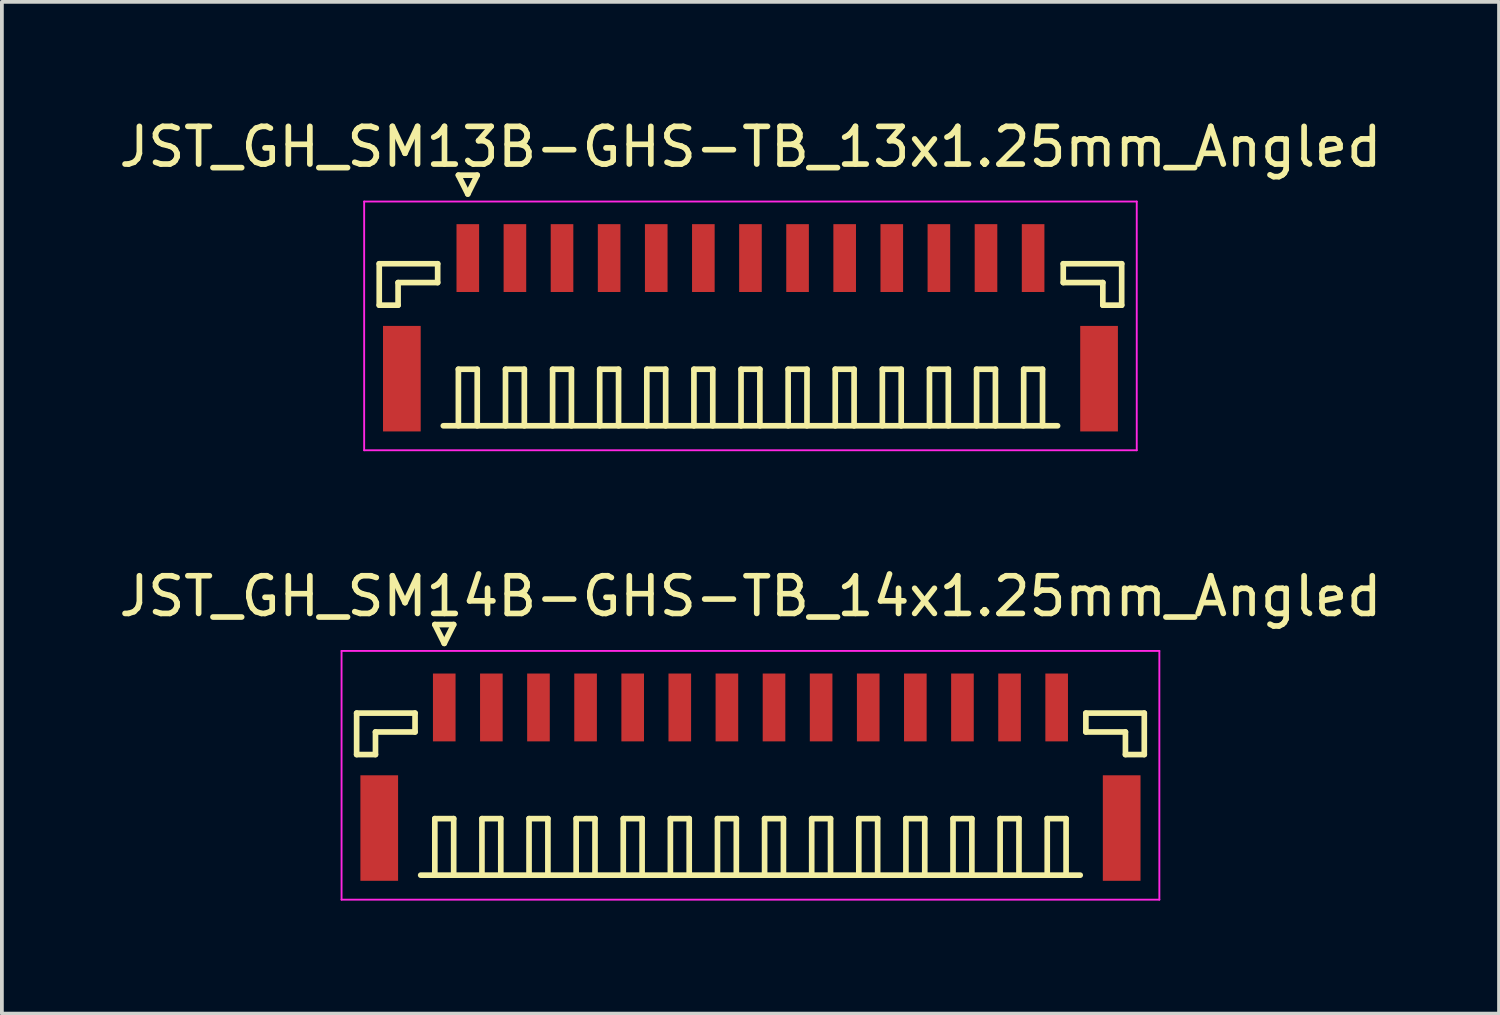
<source format=kicad_pcb>
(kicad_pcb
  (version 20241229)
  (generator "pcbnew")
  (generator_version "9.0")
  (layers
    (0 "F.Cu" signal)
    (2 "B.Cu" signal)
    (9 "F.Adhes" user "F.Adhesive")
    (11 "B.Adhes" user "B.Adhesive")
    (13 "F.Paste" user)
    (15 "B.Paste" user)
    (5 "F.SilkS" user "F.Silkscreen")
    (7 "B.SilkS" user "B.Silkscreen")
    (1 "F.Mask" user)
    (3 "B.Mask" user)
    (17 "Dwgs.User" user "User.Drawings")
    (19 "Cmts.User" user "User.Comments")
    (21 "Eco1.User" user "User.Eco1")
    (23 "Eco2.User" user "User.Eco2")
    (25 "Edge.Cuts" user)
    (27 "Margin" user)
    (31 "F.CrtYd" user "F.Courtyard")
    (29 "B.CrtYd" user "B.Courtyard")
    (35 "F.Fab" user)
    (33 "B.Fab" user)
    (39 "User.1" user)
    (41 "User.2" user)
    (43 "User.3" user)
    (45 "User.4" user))
  (footprint "JST_GH_SM13B-GHS-TB_13x1.25mm_Angled"
    (layer "F.Cu")
    (at 16.863 5.398)
    (property "Reference" "JST_GH_SM13B-GHS-TB_13x1.25mm_Angled" (at 0 -4.55 0) (layer "F.SilkS") (effects (font (size 1 1) (thickness 0.15))))
    (attr smd)
    (fp_line (start -9.85 -1.45) (end -8.3 -1.45) (stroke (width 0.15) (type solid)) (layer "F.SilkS"))
    (fp_line (start -9.85 -0.35) (end -9.85 -1.45) (stroke (width 0.15) (type solid)) (layer "F.SilkS"))
    (fp_line (start -9.35 -0.95) (end -9.35 -0.35) (stroke (width 0.15) (type solid)) (layer "F.SilkS"))
    (fp_line (start -9.35 -0.35) (end -9.85 -0.35) (stroke (width 0.15) (type solid)) (layer "F.SilkS"))
    (fp_line (start -8.3 -1.45) (end -8.3 -0.95) (stroke (width 0.15) (type solid)) (layer "F.SilkS"))
    (fp_line (start -8.3 -0.95) (end -9.35 -0.95) (stroke (width 0.15) (type solid)) (layer "F.SilkS"))
    (fp_line (start -8.15 2.85) (end 8.15 2.85) (stroke (width 0.15) (type solid)) (layer "F.SilkS"))
    (fp_line (start -7.75 -3.8) (end -7.25 -3.8) (stroke (width 0.15) (type solid)) (layer "F.SilkS"))
    (fp_line (start -7.75 1.35) (end -7.25 1.35) (stroke (width 0.15) (type solid)) (layer "F.SilkS"))
    (fp_line (start -7.75 2.85) (end -7.75 1.35) (stroke (width 0.15) (type solid)) (layer "F.SilkS"))
    (fp_line (start -7.5 -3.3) (end -7.75 -3.8) (stroke (width 0.15) (type solid)) (layer "F.SilkS"))
    (fp_line (start -7.25 -3.8) (end -7.5 -3.3) (stroke (width 0.15) (type solid)) (layer "F.SilkS"))
    (fp_line (start -7.25 1.35) (end -7.25 2.85) (stroke (width 0.15) (type solid)) (layer "F.SilkS"))
    (fp_line (start -6.5 1.35) (end -6 1.35) (stroke (width 0.15) (type solid)) (layer "F.SilkS"))
    (fp_line (start -6.5 2.85) (end -6.5 1.35) (stroke (width 0.15) (type solid)) (layer "F.SilkS"))
    (fp_line (start -6 1.35) (end -6 2.85) (stroke (width 0.15) (type solid)) (layer "F.SilkS"))
    (fp_line (start -5.25 1.35) (end -4.75 1.35) (stroke (width 0.15) (type solid)) (layer "F.SilkS"))
    (fp_line (start -5.25 2.85) (end -5.25 1.35) (stroke (width 0.15) (type solid)) (layer "F.SilkS"))
    (fp_line (start -4.75 1.35) (end -4.75 2.85) (stroke (width 0.15) (type solid)) (layer "F.SilkS"))
    (fp_line (start -4 1.35) (end -3.5 1.35) (stroke (width 0.15) (type solid)) (layer "F.SilkS"))
    (fp_line (start -4 2.85) (end -4 1.35) (stroke (width 0.15) (type solid)) (layer "F.SilkS"))
    (fp_line (start -3.5 1.35) (end -3.5 2.85) (stroke (width 0.15) (type solid)) (layer "F.SilkS"))
    (fp_line (start -2.75 1.35) (end -2.25 1.35) (stroke (width 0.15) (type solid)) (layer "F.SilkS"))
    (fp_line (start -2.75 2.85) (end -2.75 1.35) (stroke (width 0.15) (type solid)) (layer "F.SilkS"))
    (fp_line (start -2.25 1.35) (end -2.25 2.85) (stroke (width 0.15) (type solid)) (layer "F.SilkS"))
    (fp_line (start -1.5 1.35) (end -1 1.35) (stroke (width 0.15) (type solid)) (layer "F.SilkS"))
    (fp_line (start -1.5 2.85) (end -1.5 1.35) (stroke (width 0.15) (type solid)) (layer "F.SilkS"))
    (fp_line (start -1 1.35) (end -1 2.85) (stroke (width 0.15) (type solid)) (layer "F.SilkS"))
    (fp_line (start -0.25 1.35) (end 0.25 1.35) (stroke (width 0.15) (type solid)) (layer "F.SilkS"))
    (fp_line (start -0.25 2.85) (end -0.25 1.35) (stroke (width 0.15) (type solid)) (layer "F.SilkS"))
    (fp_line (start 0.25 1.35) (end 0.25 2.85) (stroke (width 0.15) (type solid)) (layer "F.SilkS"))
    (fp_line (start 1 1.35) (end 1.5 1.35) (stroke (width 0.15) (type solid)) (layer "F.SilkS"))
    (fp_line (start 1 2.85) (end 1 1.35) (stroke (width 0.15) (type solid)) (layer "F.SilkS"))
    (fp_line (start 1.5 1.35) (end 1.5 2.85) (stroke (width 0.15) (type solid)) (layer "F.SilkS"))
    (fp_line (start 2.25 1.35) (end 2.75 1.35) (stroke (width 0.15) (type solid)) (layer "F.SilkS"))
    (fp_line (start 2.25 2.85) (end 2.25 1.35) (stroke (width 0.15) (type solid)) (layer "F.SilkS"))
    (fp_line (start 2.75 1.35) (end 2.75 2.85) (stroke (width 0.15) (type solid)) (layer "F.SilkS"))
    (fp_line (start 3.5 1.35) (end 4 1.35) (stroke (width 0.15) (type solid)) (layer "F.SilkS"))
    (fp_line (start 3.5 2.85) (end 3.5 1.35) (stroke (width 0.15) (type solid)) (layer "F.SilkS"))
    (fp_line (start 4 1.35) (end 4 2.85) (stroke (width 0.15) (type solid)) (layer "F.SilkS"))
    (fp_line (start 4.75 1.35) (end 5.25 1.35) (stroke (width 0.15) (type solid)) (layer "F.SilkS"))
    (fp_line (start 4.75 2.85) (end 4.75 1.35) (stroke (width 0.15) (type solid)) (layer "F.SilkS"))
    (fp_line (start 5.25 1.35) (end 5.25 2.85) (stroke (width 0.15) (type solid)) (layer "F.SilkS"))
    (fp_line (start 6 1.35) (end 6.5 1.35) (stroke (width 0.15) (type solid)) (layer "F.SilkS"))
    (fp_line (start 6 2.85) (end 6 1.35) (stroke (width 0.15) (type solid)) (layer "F.SilkS"))
    (fp_line (start 6.5 1.35) (end 6.5 2.85) (stroke (width 0.15) (type solid)) (layer "F.SilkS"))
    (fp_line (start 7.25 1.35) (end 7.75 1.35) (stroke (width 0.15) (type solid)) (layer "F.SilkS"))
    (fp_line (start 7.25 2.85) (end 7.25 1.35) (stroke (width 0.15) (type solid)) (layer "F.SilkS"))
    (fp_line (start 7.75 1.35) (end 7.75 2.85) (stroke (width 0.15) (type solid)) (layer "F.SilkS"))
    (fp_line (start 8.3 -1.45) (end 8.3 -0.95) (stroke (width 0.15) (type solid)) (layer "F.SilkS"))
    (fp_line (start 8.3 -0.95) (end 9.35 -0.95) (stroke (width 0.15) (type solid)) (layer "F.SilkS"))
    (fp_line (start 9.35 -0.95) (end 9.35 -0.35) (stroke (width 0.15) (type solid)) (layer "F.SilkS"))
    (fp_line (start 9.35 -0.35) (end 9.85 -0.35) (stroke (width 0.15) (type solid)) (layer "F.SilkS"))
    (fp_line (start 9.85 -1.45) (end 8.3 -1.45) (stroke (width 0.15) (type solid)) (layer "F.SilkS"))
    (fp_line (start 9.85 -0.35) (end 9.85 -1.45) (stroke (width 0.15) (type solid)) (layer "F.SilkS"))
    (fp_line (start -10.25 -3.1) (end -10.25 3.5) (stroke (width 0.05) (type solid)) (layer "F.CrtYd"))
    (fp_line (start -10.25 3.5) (end 10.25 3.5) (stroke (width 0.05) (type solid)) (layer "F.CrtYd"))
    (fp_line (start 10.25 -3.1) (end -10.25 -3.1) (stroke (width 0.05) (type solid)) (layer "F.CrtYd"))
    (fp_line (start 10.25 3.5) (end 10.25 -3.1) (stroke (width 0.05) (type solid)) (layer "F.CrtYd"))
    (pad "" smd rect (at -9.25 1.6) (size 1 2.8) (layers "F.Cu" "F.Mask" "F.Paste"))
    (pad "" smd rect (at 9.25 1.6) (size 1 2.8) (layers "F.Cu" "F.Mask" "F.Paste"))
    (pad "1" smd rect (at -7.5 -1.6) (size 0.6 1.8) (layers "F.Cu" "F.Mask" "F.Paste"))
    (pad "2" smd rect (at -6.25 -1.6) (size 0.6 1.8) (layers "F.Cu" "F.Mask" "F.Paste"))
    (pad "3" smd rect (at -5 -1.6) (size 0.6 1.8) (layers "F.Cu" "F.Mask" "F.Paste"))
    (pad "4" smd rect (at -3.75 -1.6) (size 0.6 1.8) (layers "F.Cu" "F.Mask" "F.Paste"))
    (pad "5" smd rect (at -2.5 -1.6) (size 0.6 1.8) (layers "F.Cu" "F.Mask" "F.Paste"))
    (pad "6" smd rect (at -1.25 -1.6) (size 0.6 1.8) (layers "F.Cu" "F.Mask" "F.Paste"))
    (pad "7" smd rect (at 0 -1.6) (size 0.6 1.8) (layers "F.Cu" "F.Mask" "F.Paste"))
    (pad "8" smd rect (at 1.25 -1.6) (size 0.6 1.8) (layers "F.Cu" "F.Mask" "F.Paste"))
    (pad "9" smd rect (at 2.5 -1.6) (size 0.6 1.8) (layers "F.Cu" "F.Mask" "F.Paste"))
    (pad "10" smd rect (at 3.75 -1.6) (size 0.6 1.8) (layers "F.Cu" "F.Mask" "F.Paste"))
    (pad "11" smd rect (at 5 -1.6) (size 0.6 1.8) (layers "F.Cu" "F.Mask" "F.Paste"))
    (pad "12" smd rect (at 6.25 -1.6) (size 0.6 1.8) (layers "F.Cu" "F.Mask" "F.Paste"))
    (pad "13" smd rect (at 7.5 -1.6) (size 0.6 1.8) (layers "F.Cu" "F.Mask" "F.Paste")))
  (footprint "JST_GH_SM14B-GHS-TB_14x1.25mm_Angled"
    (layer "F.Cu")
    (at 16.863 17.322)
    (property "Reference" "JST_GH_SM14B-GHS-TB_14x1.25mm_Angled" (at 0 -4.55 0) (layer "F.SilkS") (effects (font (size 1 1) (thickness 0.15))))
    (attr smd)
    (fp_line (start -10.45 -1.45) (end -8.9 -1.45) (stroke (width 0.15) (type solid)) (layer "F.SilkS"))
    (fp_line (start -10.45 -0.35) (end -10.45 -1.45) (stroke (width 0.15) (type solid)) (layer "F.SilkS"))
    (fp_line (start -9.95 -0.95) (end -9.95 -0.35) (stroke (width 0.15) (type solid)) (layer "F.SilkS"))
    (fp_line (start -9.95 -0.35) (end -10.45 -0.35) (stroke (width 0.15) (type solid)) (layer "F.SilkS"))
    (fp_line (start -8.9 -1.45) (end -8.9 -0.95) (stroke (width 0.15) (type solid)) (layer "F.SilkS"))
    (fp_line (start -8.9 -0.95) (end -9.95 -0.95) (stroke (width 0.15) (type solid)) (layer "F.SilkS"))
    (fp_line (start -8.75 2.85) (end 8.75 2.85) (stroke (width 0.15) (type solid)) (layer "F.SilkS"))
    (fp_line (start -8.375 -3.8) (end -7.875 -3.8) (stroke (width 0.15) (type solid)) (layer "F.SilkS"))
    (fp_line (start -8.375 1.35) (end -7.875 1.35) (stroke (width 0.15) (type solid)) (layer "F.SilkS"))
    (fp_line (start -8.375 2.85) (end -8.375 1.35) (stroke (width 0.15) (type solid)) (layer "F.SilkS"))
    (fp_line (start -8.125 -3.3) (end -8.375 -3.8) (stroke (width 0.15) (type solid)) (layer "F.SilkS"))
    (fp_line (start -7.875 -3.8) (end -8.125 -3.3) (stroke (width 0.15) (type solid)) (layer "F.SilkS"))
    (fp_line (start -7.875 1.35) (end -7.875 2.85) (stroke (width 0.15) (type solid)) (layer "F.SilkS"))
    (fp_line (start -7.125 1.35) (end -6.625 1.35) (stroke (width 0.15) (type solid)) (layer "F.SilkS"))
    (fp_line (start -7.125 2.85) (end -7.125 1.35) (stroke (width 0.15) (type solid)) (layer "F.SilkS"))
    (fp_line (start -6.625 1.35) (end -6.625 2.85) (stroke (width 0.15) (type solid)) (layer "F.SilkS"))
    (fp_line (start -5.875 1.35) (end -5.375 1.35) (stroke (width 0.15) (type solid)) (layer "F.SilkS"))
    (fp_line (start -5.875 2.85) (end -5.875 1.35) (stroke (width 0.15) (type solid)) (layer "F.SilkS"))
    (fp_line (start -5.375 1.35) (end -5.375 2.85) (stroke (width 0.15) (type solid)) (layer "F.SilkS"))
    (fp_line (start -4.625 1.35) (end -4.125 1.35) (stroke (width 0.15) (type solid)) (layer "F.SilkS"))
    (fp_line (start -4.625 2.85) (end -4.625 1.35) (stroke (width 0.15) (type solid)) (layer "F.SilkS"))
    (fp_line (start -4.125 1.35) (end -4.125 2.85) (stroke (width 0.15) (type solid)) (layer "F.SilkS"))
    (fp_line (start -3.375 1.35) (end -2.875 1.35) (stroke (width 0.15) (type solid)) (layer "F.SilkS"))
    (fp_line (start -3.375 2.85) (end -3.375 1.35) (stroke (width 0.15) (type solid)) (layer "F.SilkS"))
    (fp_line (start -2.875 1.35) (end -2.875 2.85) (stroke (width 0.15) (type solid)) (layer "F.SilkS"))
    (fp_line (start -2.125 1.35) (end -1.625 1.35) (stroke (width 0.15) (type solid)) (layer "F.SilkS"))
    (fp_line (start -2.125 2.85) (end -2.125 1.35) (stroke (width 0.15) (type solid)) (layer "F.SilkS"))
    (fp_line (start -1.625 1.35) (end -1.625 2.85) (stroke (width 0.15) (type solid)) (layer "F.SilkS"))
    (fp_line (start -0.875 1.35) (end -0.375 1.35) (stroke (width 0.15) (type solid)) (layer "F.SilkS"))
    (fp_line (start -0.875 2.85) (end -0.875 1.35) (stroke (width 0.15) (type solid)) (layer "F.SilkS"))
    (fp_line (start -0.375 1.35) (end -0.375 2.85) (stroke (width 0.15) (type solid)) (layer "F.SilkS"))
    (fp_line (start 0.375 1.35) (end 0.875 1.35) (stroke (width 0.15) (type solid)) (layer "F.SilkS"))
    (fp_line (start 0.375 2.85) (end 0.375 1.35) (stroke (width 0.15) (type solid)) (layer "F.SilkS"))
    (fp_line (start 0.875 1.35) (end 0.875 2.85) (stroke (width 0.15) (type solid)) (layer "F.SilkS"))
    (fp_line (start 1.625 1.35) (end 2.125 1.35) (stroke (width 0.15) (type solid)) (layer "F.SilkS"))
    (fp_line (start 1.625 2.85) (end 1.625 1.35) (stroke (width 0.15) (type solid)) (layer "F.SilkS"))
    (fp_line (start 2.125 1.35) (end 2.125 2.85) (stroke (width 0.15) (type solid)) (layer "F.SilkS"))
    (fp_line (start 2.875 1.35) (end 3.375 1.35) (stroke (width 0.15) (type solid)) (layer "F.SilkS"))
    (fp_line (start 2.875 2.85) (end 2.875 1.35) (stroke (width 0.15) (type solid)) (layer "F.SilkS"))
    (fp_line (start 3.375 1.35) (end 3.375 2.85) (stroke (width 0.15) (type solid)) (layer "F.SilkS"))
    (fp_line (start 4.125 1.35) (end 4.625 1.35) (stroke (width 0.15) (type solid)) (layer "F.SilkS"))
    (fp_line (start 4.125 2.85) (end 4.125 1.35) (stroke (width 0.15) (type solid)) (layer "F.SilkS"))
    (fp_line (start 4.625 1.35) (end 4.625 2.85) (stroke (width 0.15) (type solid)) (layer "F.SilkS"))
    (fp_line (start 5.375 1.35) (end 5.875 1.35) (stroke (width 0.15) (type solid)) (layer "F.SilkS"))
    (fp_line (start 5.375 2.85) (end 5.375 1.35) (stroke (width 0.15) (type solid)) (layer "F.SilkS"))
    (fp_line (start 5.875 1.35) (end 5.875 2.85) (stroke (width 0.15) (type solid)) (layer "F.SilkS"))
    (fp_line (start 6.625 1.35) (end 7.125 1.35) (stroke (width 0.15) (type solid)) (layer "F.SilkS"))
    (fp_line (start 6.625 2.85) (end 6.625 1.35) (stroke (width 0.15) (type solid)) (layer "F.SilkS"))
    (fp_line (start 7.125 1.35) (end 7.125 2.85) (stroke (width 0.15) (type solid)) (layer "F.SilkS"))
    (fp_line (start 7.875 1.35) (end 8.375 1.35) (stroke (width 0.15) (type solid)) (layer "F.SilkS"))
    (fp_line (start 7.875 2.85) (end 7.875 1.35) (stroke (width 0.15) (type solid)) (layer "F.SilkS"))
    (fp_line (start 8.375 1.35) (end 8.375 2.85) (stroke (width 0.15) (type solid)) (layer "F.SilkS"))
    (fp_line (start 8.9 -1.45) (end 8.9 -0.95) (stroke (width 0.15) (type solid)) (layer "F.SilkS"))
    (fp_line (start 8.9 -0.95) (end 9.95 -0.95) (stroke (width 0.15) (type solid)) (layer "F.SilkS"))
    (fp_line (start 9.95 -0.95) (end 9.95 -0.35) (stroke (width 0.15) (type solid)) (layer "F.SilkS"))
    (fp_line (start 9.95 -0.35) (end 10.45 -0.35) (stroke (width 0.15) (type solid)) (layer "F.SilkS"))
    (fp_line (start 10.45 -1.45) (end 8.9 -1.45) (stroke (width 0.15) (type solid)) (layer "F.SilkS"))
    (fp_line (start 10.45 -0.35) (end 10.45 -1.45) (stroke (width 0.15) (type solid)) (layer "F.SilkS"))
    (fp_line (start -10.85 -3.1) (end -10.85 3.5) (stroke (width 0.05) (type solid)) (layer "F.CrtYd"))
    (fp_line (start -10.85 3.5) (end 10.85 3.5) (stroke (width 0.05) (type solid)) (layer "F.CrtYd"))
    (fp_line (start 10.85 -3.1) (end -10.85 -3.1) (stroke (width 0.05) (type solid)) (layer "F.CrtYd"))
    (fp_line (start 10.85 3.5) (end 10.85 -3.1) (stroke (width 0.05) (type solid)) (layer "F.CrtYd"))
    (pad "" smd rect (at -9.85 1.6) (size 1 2.8) (layers "F.Cu" "F.Mask" "F.Paste"))
    (pad "" smd rect (at 9.85 1.6) (size 1 2.8) (layers "F.Cu" "F.Mask" "F.Paste"))
    (pad "1" smd rect (at -8.125 -1.6) (size 0.6 1.8) (layers "F.Cu" "F.Mask" "F.Paste"))
    (pad "2" smd rect (at -6.875 -1.6) (size 0.6 1.8) (layers "F.Cu" "F.Mask" "F.Paste"))
    (pad "3" smd rect (at -5.625 -1.6) (size 0.6 1.8) (layers "F.Cu" "F.Mask" "F.Paste"))
    (pad "4" smd rect (at -4.375 -1.6) (size 0.6 1.8) (layers "F.Cu" "F.Mask" "F.Paste"))
    (pad "5" smd rect (at -3.125 -1.6) (size 0.6 1.8) (layers "F.Cu" "F.Mask" "F.Paste"))
    (pad "6" smd rect (at -1.875 -1.6) (size 0.6 1.8) (layers "F.Cu" "F.Mask" "F.Paste"))
    (pad "7" smd rect (at -0.625 -1.6) (size 0.6 1.8) (layers "F.Cu" "F.Mask" "F.Paste"))
    (pad "8" smd rect (at 0.625 -1.6) (size 0.6 1.8) (layers "F.Cu" "F.Mask" "F.Paste"))
    (pad "9" smd rect (at 1.875 -1.6) (size 0.6 1.8) (layers "F.Cu" "F.Mask" "F.Paste"))
    (pad "10" smd rect (at 3.125 -1.6) (size 0.6 1.8) (layers "F.Cu" "F.Mask" "F.Paste"))
    (pad "11" smd rect (at 4.375 -1.6) (size 0.6 1.8) (layers "F.Cu" "F.Mask" "F.Paste"))
    (pad "12" smd rect (at 5.625 -1.6) (size 0.6 1.8) (layers "F.Cu" "F.Mask" "F.Paste"))
    (pad "13" smd rect (at 6.875 -1.6) (size 0.6 1.8) (layers "F.Cu" "F.Mask" "F.Paste"))
    (pad "14" smd rect (at 8.125 -1.6) (size 0.6 1.8) (layers "F.Cu" "F.Mask" "F.Paste")))
  (gr_rect
    (start -3 -3)
    (end 36.726 23.846)
    (stroke (width 0.1) (type default))
    (fill no)
    (layer "Edge.Cuts")))
</source>
